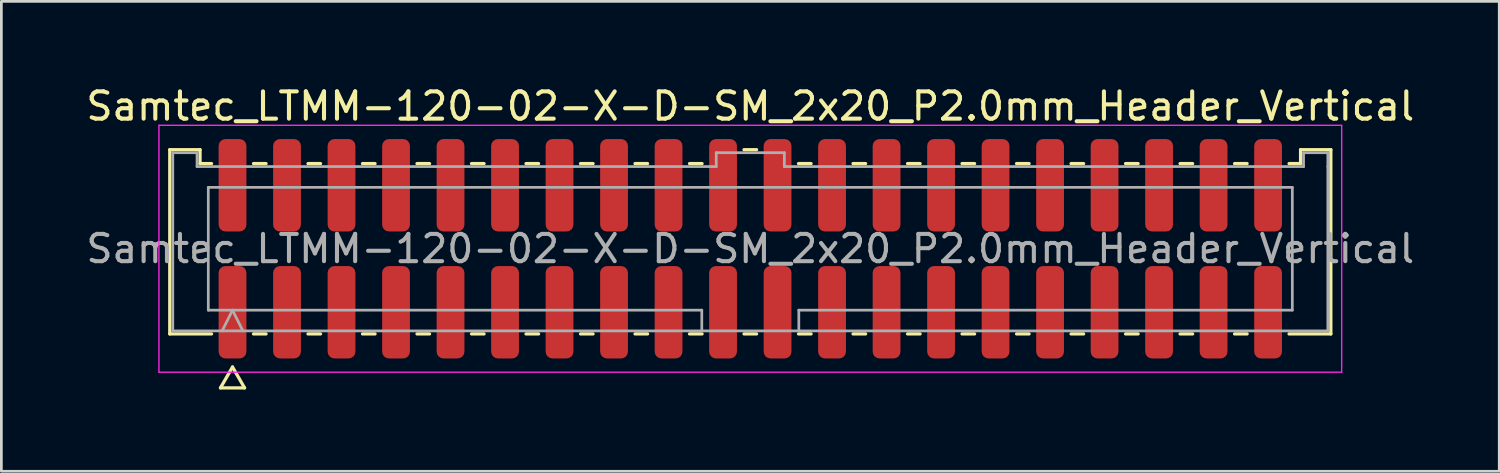
<source format=kicad_pcb>
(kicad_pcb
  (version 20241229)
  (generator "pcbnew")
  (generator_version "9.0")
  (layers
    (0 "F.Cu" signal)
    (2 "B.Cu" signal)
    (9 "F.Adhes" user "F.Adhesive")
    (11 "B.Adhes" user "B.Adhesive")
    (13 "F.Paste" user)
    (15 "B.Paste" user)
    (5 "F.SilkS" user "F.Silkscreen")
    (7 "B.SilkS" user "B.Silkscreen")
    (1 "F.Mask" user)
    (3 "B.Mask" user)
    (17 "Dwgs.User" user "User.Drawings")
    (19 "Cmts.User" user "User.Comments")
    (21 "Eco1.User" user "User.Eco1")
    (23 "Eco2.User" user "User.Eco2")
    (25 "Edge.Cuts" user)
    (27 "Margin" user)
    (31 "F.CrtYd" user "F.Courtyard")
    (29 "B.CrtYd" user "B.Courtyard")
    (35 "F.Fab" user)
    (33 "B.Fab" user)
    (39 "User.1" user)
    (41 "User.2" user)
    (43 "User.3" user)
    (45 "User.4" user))
  (footprint "Samtec_LTMM-120-02-X-D-SM_2x20_P2.0mm_Header_Vertical"
    (layer "F.Cu")
    (at 24.482 6.078)
    (property "Reference" "Samtec_LTMM-120-02-X-D-SM_2x20_P2.0mm_Header_Vertical" (at 0 -5.23 0) (layer "F.SilkS") (effects (font (size 1 1) (thickness 0.15))))
    (attr smd)
    (fp_line (start -21.302 -3.635) (end -20.192 -3.635) (stroke (width 0.12) (type solid)) (layer "F.SilkS"))
    (fp_line (start -21.302 3.125) (end -21.302 -3.635) (stroke (width 0.12) (type solid)) (layer "F.SilkS"))
    (fp_line (start -20.192 -3.635) (end -20.192 -3.125) (stroke (width 0.12) (type solid)) (layer "F.SilkS"))
    (fp_line (start -20.192 -3.125) (end -19.77 -3.125) (stroke (width 0.12) (type solid)) (layer "F.SilkS"))
    (fp_line (start -19.77 3.125) (end -21.302 3.125) (stroke (width 0.12) (type solid)) (layer "F.SilkS"))
    (fp_line (start -19.442 5.105) (end -19 4.34) (stroke (width 0.12) (type solid)) (layer "F.SilkS"))
    (fp_line (start -19 4.34) (end -18.558 5.105) (stroke (width 0.12) (type solid)) (layer "F.SilkS"))
    (fp_line (start -18.558 5.105) (end -19.442 5.105) (stroke (width 0.12) (type solid)) (layer "F.SilkS"))
    (fp_line (start -18.23 -3.125) (end -17.77 -3.125) (stroke (width 0.12) (type solid)) (layer "F.SilkS"))
    (fp_line (start -17.77 3.125) (end -18.23 3.125) (stroke (width 0.12) (type solid)) (layer "F.SilkS"))
    (fp_line (start -16.23 -3.125) (end -15.77 -3.125) (stroke (width 0.12) (type solid)) (layer "F.SilkS"))
    (fp_line (start -15.77 3.125) (end -16.23 3.125) (stroke (width 0.12) (type solid)) (layer "F.SilkS"))
    (fp_line (start -14.23 -3.125) (end -13.77 -3.125) (stroke (width 0.12) (type solid)) (layer "F.SilkS"))
    (fp_line (start -13.77 3.125) (end -14.23 3.125) (stroke (width 0.12) (type solid)) (layer "F.SilkS"))
    (fp_line (start -12.23 -3.125) (end -11.77 -3.125) (stroke (width 0.12) (type solid)) (layer "F.SilkS"))
    (fp_line (start -11.77 3.125) (end -12.23 3.125) (stroke (width 0.12) (type solid)) (layer "F.SilkS"))
    (fp_line (start -10.23 -3.125) (end -9.77 -3.125) (stroke (width 0.12) (type solid)) (layer "F.SilkS"))
    (fp_line (start -9.77 3.125) (end -10.23 3.125) (stroke (width 0.12) (type solid)) (layer "F.SilkS"))
    (fp_line (start -8.23 -3.125) (end -7.77 -3.125) (stroke (width 0.12) (type solid)) (layer "F.SilkS"))
    (fp_line (start -7.77 3.125) (end -8.23 3.125) (stroke (width 0.12) (type solid)) (layer "F.SilkS"))
    (fp_line (start -6.23 -3.125) (end -5.77 -3.125) (stroke (width 0.12) (type solid)) (layer "F.SilkS"))
    (fp_line (start -5.77 3.125) (end -6.23 3.125) (stroke (width 0.12) (type solid)) (layer "F.SilkS"))
    (fp_line (start -4.23 -3.125) (end -3.77 -3.125) (stroke (width 0.12) (type solid)) (layer "F.SilkS"))
    (fp_line (start -3.77 3.125) (end -4.23 3.125) (stroke (width 0.12) (type solid)) (layer "F.SilkS"))
    (fp_line (start -2.23 -3.125) (end -1.77 -3.125) (stroke (width 0.12) (type solid)) (layer "F.SilkS"))
    (fp_line (start -1.77 3.125) (end -2.23 3.125) (stroke (width 0.12) (type solid)) (layer "F.SilkS"))
    (fp_line (start -0.23 -3.635) (end 0.23 -3.635) (stroke (width 0.12) (type solid)) (layer "F.SilkS"))
    (fp_line (start 0.23 3.125) (end -0.23 3.125) (stroke (width 0.12) (type solid)) (layer "F.SilkS"))
    (fp_line (start 1.77 -3.125) (end 2.23 -3.125) (stroke (width 0.12) (type solid)) (layer "F.SilkS"))
    (fp_line (start 2.23 3.125) (end 1.77 3.125) (stroke (width 0.12) (type solid)) (layer "F.SilkS"))
    (fp_line (start 3.77 -3.125) (end 4.23 -3.125) (stroke (width 0.12) (type solid)) (layer "F.SilkS"))
    (fp_line (start 4.23 3.125) (end 3.77 3.125) (stroke (width 0.12) (type solid)) (layer "F.SilkS"))
    (fp_line (start 5.77 -3.125) (end 6.23 -3.125) (stroke (width 0.12) (type solid)) (layer "F.SilkS"))
    (fp_line (start 6.23 3.125) (end 5.77 3.125) (stroke (width 0.12) (type solid)) (layer "F.SilkS"))
    (fp_line (start 7.77 -3.125) (end 8.23 -3.125) (stroke (width 0.12) (type solid)) (layer "F.SilkS"))
    (fp_line (start 8.23 3.125) (end 7.77 3.125) (stroke (width 0.12) (type solid)) (layer "F.SilkS"))
    (fp_line (start 9.77 -3.125) (end 10.23 -3.125) (stroke (width 0.12) (type solid)) (layer "F.SilkS"))
    (fp_line (start 10.23 3.125) (end 9.77 3.125) (stroke (width 0.12) (type solid)) (layer "F.SilkS"))
    (fp_line (start 11.77 -3.125) (end 12.23 -3.125) (stroke (width 0.12) (type solid)) (layer "F.SilkS"))
    (fp_line (start 12.23 3.125) (end 11.77 3.125) (stroke (width 0.12) (type solid)) (layer "F.SilkS"))
    (fp_line (start 13.77 -3.125) (end 14.23 -3.125) (stroke (width 0.12) (type solid)) (layer "F.SilkS"))
    (fp_line (start 14.23 3.125) (end 13.77 3.125) (stroke (width 0.12) (type solid)) (layer "F.SilkS"))
    (fp_line (start 15.77 -3.125) (end 16.23 -3.125) (stroke (width 0.12) (type solid)) (layer "F.SilkS"))
    (fp_line (start 16.23 3.125) (end 15.77 3.125) (stroke (width 0.12) (type solid)) (layer "F.SilkS"))
    (fp_line (start 17.77 -3.125) (end 18.23 -3.125) (stroke (width 0.12) (type solid)) (layer "F.SilkS"))
    (fp_line (start 18.23 3.125) (end 17.77 3.125) (stroke (width 0.12) (type solid)) (layer "F.SilkS"))
    (fp_line (start 19.77 -3.125) (end 20.192 -3.125) (stroke (width 0.12) (type solid)) (layer "F.SilkS"))
    (fp_line (start 20.192 -3.635) (end 21.302 -3.635) (stroke (width 0.12) (type solid)) (layer "F.SilkS"))
    (fp_line (start 20.192 -3.125) (end 20.192 -3.635) (stroke (width 0.12) (type solid)) (layer "F.SilkS"))
    (fp_line (start 21.302 -3.635) (end 21.302 3.125) (stroke (width 0.12) (type solid)) (layer "F.SilkS"))
    (fp_line (start 21.302 3.125) (end 19.77 3.125) (stroke (width 0.12) (type solid)) (layer "F.SilkS"))
    (fp_line (start -21.7 -4.53) (end -21.7 4.53) (stroke (width 0.05) (type solid)) (layer "F.CrtYd"))
    (fp_line (start -21.7 4.53) (end 21.7 4.53) (stroke (width 0.05) (type solid)) (layer "F.CrtYd"))
    (fp_line (start 21.7 -4.53) (end -21.7 -4.53) (stroke (width 0.05) (type solid)) (layer "F.CrtYd"))
    (fp_line (start 21.7 4.53) (end 21.7 -4.53) (stroke (width 0.05) (type solid)) (layer "F.CrtYd"))
    (fp_line (start -21.192 -3.525) (end -20.302 -3.525) (stroke (width 0.1) (type solid)) (layer "F.Fab"))
    (fp_line (start -21.192 3.015) (end -21.192 -3.525) (stroke (width 0.1) (type solid)) (layer "F.Fab"))
    (fp_line (start -20.302 -3.525) (end -20.302 -3.015) (stroke (width 0.1) (type solid)) (layer "F.Fab"))
    (fp_line (start -20.302 -3.015) (end -1.25 -3.015) (stroke (width 0.1) (type solid)) (layer "F.Fab"))
    (fp_line (start -19.889 -2.253) (end 19.889 -2.253) (stroke (width 0.1) (type solid)) (layer "F.Fab"))
    (fp_line (start -19.889 2.253) (end -19.889 -2.253) (stroke (width 0.1) (type solid)) (layer "F.Fab"))
    (fp_line (start -19.381 3.015) (end -19 2.253) (stroke (width 0.1) (type solid)) (layer "F.Fab"))
    (fp_line (start -19 2.253) (end -18.619 3.015) (stroke (width 0.1) (type solid)) (layer "F.Fab"))
    (fp_line (start -1.78 2.253) (end -19.889 2.253) (stroke (width 0.1) (type solid)) (layer "F.Fab"))
    (fp_line (start -1.78 3.015) (end -1.78 2.253) (stroke (width 0.1) (type solid)) (layer "F.Fab"))
    (fp_line (start -1.25 -3.525) (end 1.25 -3.525) (stroke (width 0.1) (type solid)) (layer "F.Fab"))
    (fp_line (start -1.25 -3.015) (end -1.25 -3.525) (stroke (width 0.1) (type solid)) (layer "F.Fab"))
    (fp_line (start 1.25 -3.525) (end 1.25 -3.015) (stroke (width 0.1) (type solid)) (layer "F.Fab"))
    (fp_line (start 1.25 -3.015) (end 20.302 -3.015) (stroke (width 0.1) (type solid)) (layer "F.Fab"))
    (fp_line (start 1.78 2.253) (end 1.78 3.015) (stroke (width 0.1) (type solid)) (layer "F.Fab"))
    (fp_line (start 19.889 -2.253) (end 19.889 2.253) (stroke (width 0.1) (type solid)) (layer "F.Fab"))
    (fp_line (start 19.889 2.253) (end 1.78 2.253) (stroke (width 0.1) (type solid)) (layer "F.Fab"))
    (fp_line (start 20.302 -3.525) (end 21.192 -3.525) (stroke (width 0.1) (type solid)) (layer "F.Fab"))
    (fp_line (start 20.302 -3.015) (end 20.302 -3.525) (stroke (width 0.1) (type solid)) (layer "F.Fab"))
    (fp_line (start 21.192 -3.525) (end 21.192 -3.015) (stroke (width 0.1) (type solid)) (layer "F.Fab"))
    (fp_line (start 21.192 -3.015) (end 21.192 3.015) (stroke (width 0.1) (type solid)) (layer "F.Fab"))
    (fp_line (start 21.192 3.015) (end -21.192 3.015) (stroke (width 0.1) (type solid)) (layer "F.Fab"))
    (fp_text user "${REFERENCE}" (at 0 0 0) (layer "F.Fab") (effects (font (size 1 1) (thickness 0.15))))
    (pad "1" smd roundrect (at -19 2.33) (size 1.02 3.39) (layers "F.Cu" "F.Mask" "F.Paste") (roundrect_rratio 0.245))
    (pad "2" smd roundrect (at -19 -2.33) (size 1.02 3.39) (layers "F.Cu" "F.Mask" "F.Paste") (roundrect_rratio 0.245))
    (pad "3" smd roundrect (at -17 2.33) (size 1.02 3.39) (layers "F.Cu" "F.Mask" "F.Paste") (roundrect_rratio 0.245))
    (pad "4" smd roundrect (at -17 -2.33) (size 1.02 3.39) (layers "F.Cu" "F.Mask" "F.Paste") (roundrect_rratio 0.245))
    (pad "5" smd roundrect (at -15 2.33) (size 1.02 3.39) (layers "F.Cu" "F.Mask" "F.Paste") (roundrect_rratio 0.245))
    (pad "6" smd roundrect (at -15 -2.33) (size 1.02 3.39) (layers "F.Cu" "F.Mask" "F.Paste") (roundrect_rratio 0.245))
    (pad "7" smd roundrect (at -13 2.33) (size 1.02 3.39) (layers "F.Cu" "F.Mask" "F.Paste") (roundrect_rratio 0.245))
    (pad "8" smd roundrect (at -13 -2.33) (size 1.02 3.39) (layers "F.Cu" "F.Mask" "F.Paste") (roundrect_rratio 0.245))
    (pad "9" smd roundrect (at -11 2.33) (size 1.02 3.39) (layers "F.Cu" "F.Mask" "F.Paste") (roundrect_rratio 0.245))
    (pad "10" smd roundrect (at -11 -2.33) (size 1.02 3.39) (layers "F.Cu" "F.Mask" "F.Paste") (roundrect_rratio 0.245))
    (pad "11" smd roundrect (at -9 2.33) (size 1.02 3.39) (layers "F.Cu" "F.Mask" "F.Paste") (roundrect_rratio 0.245))
    (pad "12" smd roundrect (at -9 -2.33) (size 1.02 3.39) (layers "F.Cu" "F.Mask" "F.Paste") (roundrect_rratio 0.245))
    (pad "13" smd roundrect (at -7 2.33) (size 1.02 3.39) (layers "F.Cu" "F.Mask" "F.Paste") (roundrect_rratio 0.245))
    (pad "14" smd roundrect (at -7 -2.33) (size 1.02 3.39) (layers "F.Cu" "F.Mask" "F.Paste") (roundrect_rratio 0.245))
    (pad "15" smd roundrect (at -5 2.33) (size 1.02 3.39) (layers "F.Cu" "F.Mask" "F.Paste") (roundrect_rratio 0.245))
    (pad "16" smd roundrect (at -5 -2.33) (size 1.02 3.39) (layers "F.Cu" "F.Mask" "F.Paste") (roundrect_rratio 0.245))
    (pad "17" smd roundrect (at -3 2.33) (size 1.02 3.39) (layers "F.Cu" "F.Mask" "F.Paste") (roundrect_rratio 0.245))
    (pad "18" smd roundrect (at -3 -2.33) (size 1.02 3.39) (layers "F.Cu" "F.Mask" "F.Paste") (roundrect_rratio 0.245))
    (pad "19" smd roundrect (at -1 2.33) (size 1.02 3.39) (layers "F.Cu" "F.Mask" "F.Paste") (roundrect_rratio 0.245))
    (pad "20" smd roundrect (at -1 -2.33) (size 1.02 3.39) (layers "F.Cu" "F.Mask" "F.Paste") (roundrect_rratio 0.245))
    (pad "21" smd roundrect (at 1 2.33) (size 1.02 3.39) (layers "F.Cu" "F.Mask" "F.Paste") (roundrect_rratio 0.245))
    (pad "22" smd roundrect (at 1 -2.33) (size 1.02 3.39) (layers "F.Cu" "F.Mask" "F.Paste") (roundrect_rratio 0.245))
    (pad "23" smd roundrect (at 3 2.33) (size 1.02 3.39) (layers "F.Cu" "F.Mask" "F.Paste") (roundrect_rratio 0.245))
    (pad "24" smd roundrect (at 3 -2.33) (size 1.02 3.39) (layers "F.Cu" "F.Mask" "F.Paste") (roundrect_rratio 0.245))
    (pad "25" smd roundrect (at 5 2.33) (size 1.02 3.39) (layers "F.Cu" "F.Mask" "F.Paste") (roundrect_rratio 0.245))
    (pad "26" smd roundrect (at 5 -2.33) (size 1.02 3.39) (layers "F.Cu" "F.Mask" "F.Paste") (roundrect_rratio 0.245))
    (pad "27" smd roundrect (at 7 2.33) (size 1.02 3.39) (layers "F.Cu" "F.Mask" "F.Paste") (roundrect_rratio 0.245))
    (pad "28" smd roundrect (at 7 -2.33) (size 1.02 3.39) (layers "F.Cu" "F.Mask" "F.Paste") (roundrect_rratio 0.245))
    (pad "29" smd roundrect (at 9 2.33) (size 1.02 3.39) (layers "F.Cu" "F.Mask" "F.Paste") (roundrect_rratio 0.245))
    (pad "30" smd roundrect (at 9 -2.33) (size 1.02 3.39) (layers "F.Cu" "F.Mask" "F.Paste") (roundrect_rratio 0.245))
    (pad "31" smd roundrect (at 11 2.33) (size 1.02 3.39) (layers "F.Cu" "F.Mask" "F.Paste") (roundrect_rratio 0.245))
    (pad "32" smd roundrect (at 11 -2.33) (size 1.02 3.39) (layers "F.Cu" "F.Mask" "F.Paste") (roundrect_rratio 0.245))
    (pad "33" smd roundrect (at 13 2.33) (size 1.02 3.39) (layers "F.Cu" "F.Mask" "F.Paste") (roundrect_rratio 0.245))
    (pad "34" smd roundrect (at 13 -2.33) (size 1.02 3.39) (layers "F.Cu" "F.Mask" "F.Paste") (roundrect_rratio 0.245))
    (pad "35" smd roundrect (at 15 2.33) (size 1.02 3.39) (layers "F.Cu" "F.Mask" "F.Paste") (roundrect_rratio 0.245))
    (pad "36" smd roundrect (at 15 -2.33) (size 1.02 3.39) (layers "F.Cu" "F.Mask" "F.Paste") (roundrect_rratio 0.245))
    (pad "37" smd roundrect (at 17 2.33) (size 1.02 3.39) (layers "F.Cu" "F.Mask" "F.Paste") (roundrect_rratio 0.245))
    (pad "38" smd roundrect (at 17 -2.33) (size 1.02 3.39) (layers "F.Cu" "F.Mask" "F.Paste") (roundrect_rratio 0.245))
    (pad "39" smd roundrect (at 19 2.33) (size 1.02 3.39) (layers "F.Cu" "F.Mask" "F.Paste") (roundrect_rratio 0.245))
    (pad "40" smd roundrect (at 19 -2.33) (size 1.02 3.39) (layers "F.Cu" "F.Mask" "F.Paste") (roundrect_rratio 0.245)))
  (gr_rect
    (start -3 -3)
    (end 51.964 14.243)
    (stroke (width 0.1) (type default))
    (fill no)
    (layer "Edge.Cuts")))
</source>
